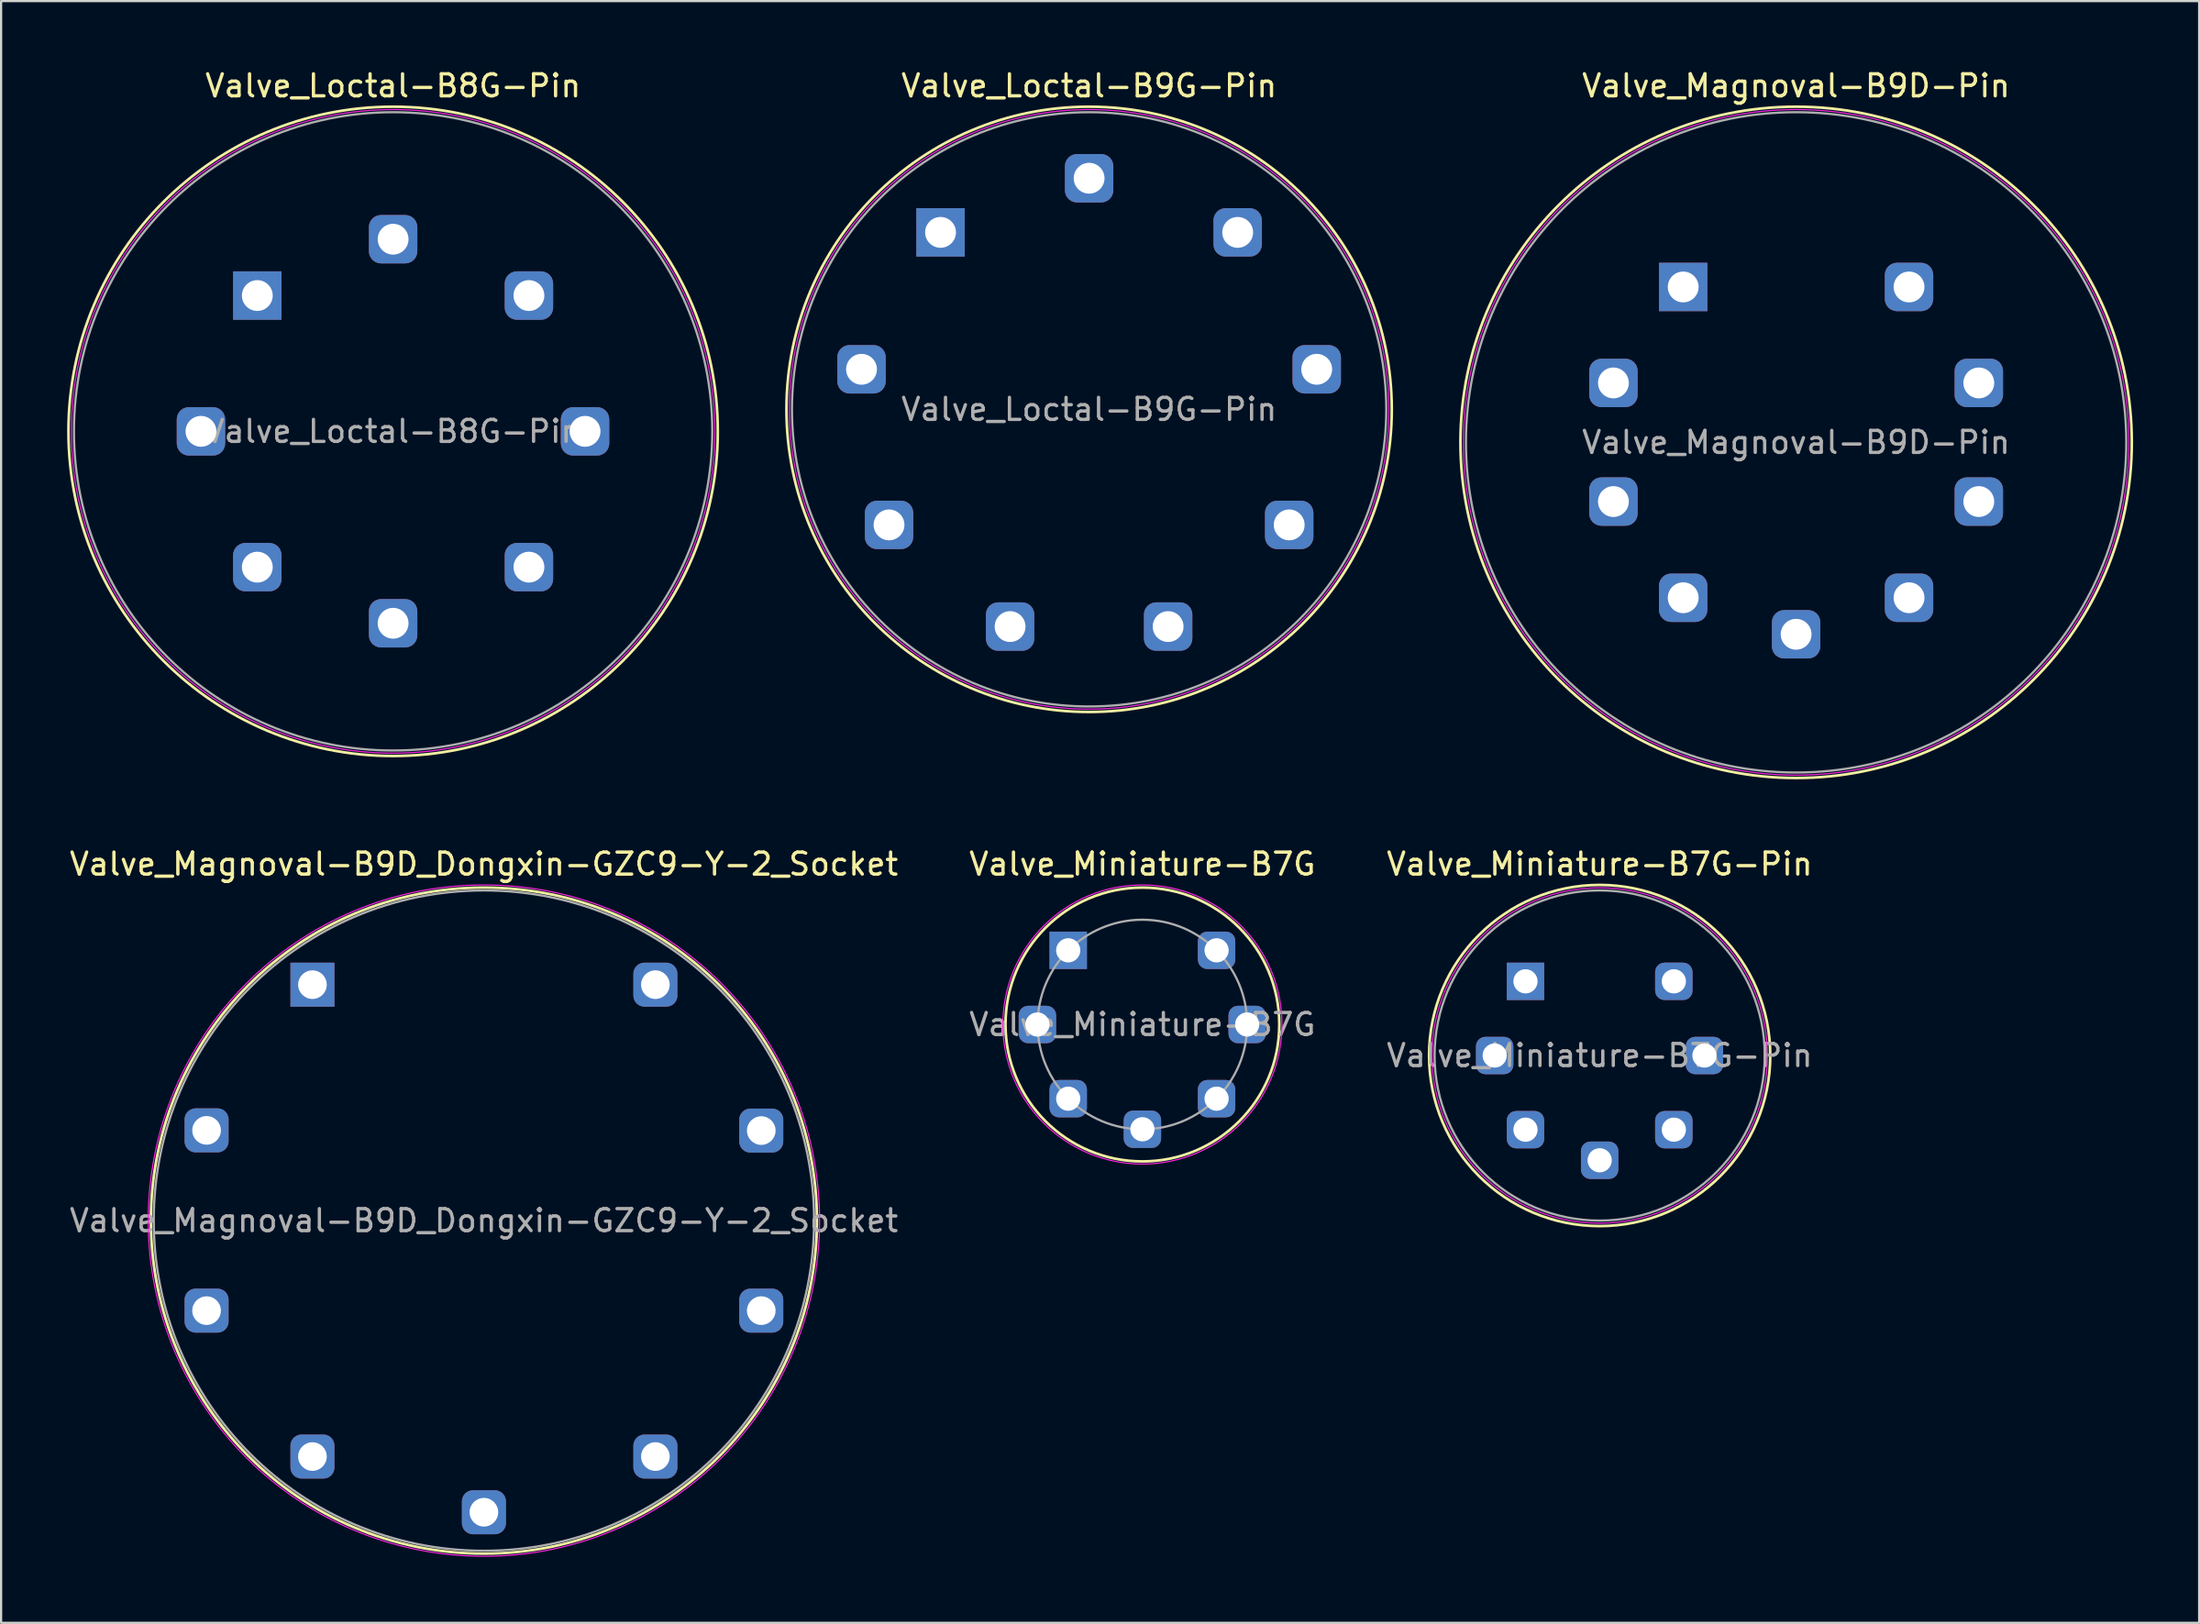
<source format=kicad_pcb>
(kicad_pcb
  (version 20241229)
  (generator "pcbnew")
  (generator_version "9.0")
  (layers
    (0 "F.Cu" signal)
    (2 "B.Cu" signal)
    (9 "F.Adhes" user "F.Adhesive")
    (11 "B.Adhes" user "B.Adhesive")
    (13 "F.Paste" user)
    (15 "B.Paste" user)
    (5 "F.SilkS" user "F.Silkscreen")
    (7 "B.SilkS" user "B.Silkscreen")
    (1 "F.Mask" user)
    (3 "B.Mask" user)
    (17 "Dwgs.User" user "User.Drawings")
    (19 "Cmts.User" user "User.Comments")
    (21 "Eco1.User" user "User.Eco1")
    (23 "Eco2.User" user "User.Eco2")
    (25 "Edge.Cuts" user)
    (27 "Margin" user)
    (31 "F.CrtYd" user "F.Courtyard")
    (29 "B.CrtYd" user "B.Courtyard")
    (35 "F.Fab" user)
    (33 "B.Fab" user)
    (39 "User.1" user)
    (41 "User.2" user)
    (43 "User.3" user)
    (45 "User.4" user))
  (footprint "Valve_Loctal-B9G-Pin"
    (layer "F.Cu")
    (at 39.68 7.508)
    (property "Reference" "Valve_Loctal-B9G-Pin" (at 6.75 -6.66 0) (layer "F.SilkS") (effects (font (size 1 1) (thickness 0.15))))
    (attr through_hole)
    (fp_circle (center 6.75 8.04) (end 20.5 8.04) (stroke (width 0.12) (type solid)) (fill no) (layer "F.SilkS"))
    (fp_circle (center 6.75 8.04) (end 20.37 8.04) (stroke (width 0.05) (type solid)) (fill no) (layer "F.CrtYd"))
    (fp_circle (center 6.75 8.04) (end 20.25 8.04) (stroke (width 0.1) (type solid)) (fill no) (layer "F.Fab"))
    (fp_text user "${REFERENCE}" (at 6.75 8.04 0) (layer "F.Fab") (effects (font (size 1 1) (thickness 0.15))))
    (pad "1" thru_hole rect (at 0 0) (size 2.2 2.2) (drill 1.4) (layers "*.Cu" "*.Mask"))
    (pad "2" thru_hole roundrect (at -3.59 6.22) (size 2.2 2.2) (drill 1.4) (layers "*.Cu" "*.Mask") (roundrect_rratio 0.25))
    (pad "3" thru_hole roundrect (at -2.34 13.29) (size 2.2 2.2) (drill 1.4) (layers "*.Cu" "*.Mask") (roundrect_rratio 0.25))
    (pad "4" thru_hole roundrect (at 3.16 17.91) (size 2.2 2.2) (drill 1.4) (layers "*.Cu" "*.Mask") (roundrect_rratio 0.25))
    (pad "5" thru_hole roundrect (at 10.34 17.91) (size 2.2 2.2) (drill 1.4) (layers "*.Cu" "*.Mask") (roundrect_rratio 0.25))
    (pad "6" thru_hole roundrect (at 15.84 13.29) (size 2.2 2.2) (drill 1.4) (layers "*.Cu" "*.Mask") (roundrect_rratio 0.25))
    (pad "7" thru_hole roundrect (at 17.09 6.22) (size 2.2 2.2) (drill 1.4) (layers "*.Cu" "*.Mask") (roundrect_rratio 0.25))
    (pad "8" thru_hole roundrect (at 13.5 0) (size 2.2 2.2) (drill 1.4) (layers "*.Cu" "*.Mask") (roundrect_rratio 0.25))
    (pad "9" thru_hole roundrect (at 6.75 -2.46) (size 2.2 2.2) (drill 1.4) (layers "*.Cu" "*.Mask") (roundrect_rratio 0.25)))
  (footprint "Valve_Loctal-B8G-Pin"
    (layer "F.Cu")
    (at 8.64 10.378)
    (property "Reference" "Valve_Loctal-B8G-Pin" (at 6.17 -9.53 0) (layer "F.SilkS") (effects (font (size 1 1) (thickness 0.15))))
    (attr through_hole)
    (fp_circle (center 6.17 6.17) (end 20.92 6.17) (stroke (width 0.12) (type solid)) (fill no) (layer "F.SilkS"))
    (fp_circle (center 6.17 6.17) (end 20.79 6.17) (stroke (width 0.05) (type solid)) (fill no) (layer "F.CrtYd"))
    (fp_circle (center 6.17 6.17) (end 20.67 6.17) (stroke (width 0.1) (type solid)) (fill no) (layer "F.Fab"))
    (fp_text user "${REFERENCE}" (at 6.17 6.17 0) (layer "F.Fab") (effects (font (size 1 1) (thickness 0.15))))
    (pad "1" thru_hole rect (at 0 0) (size 2.2 2.2) (drill 1.4) (layers "*.Cu" "*.Mask"))
    (pad "2" thru_hole roundrect (at -2.56 6.17) (size 2.2 2.2) (drill 1.4) (layers "*.Cu" "*.Mask") (roundrect_rratio 0.25))
    (pad "3" thru_hole roundrect (at 0 12.34) (size 2.2 2.2) (drill 1.4) (layers "*.Cu" "*.Mask") (roundrect_rratio 0.25))
    (pad "4" thru_hole roundrect (at 6.17 14.89) (size 2.2 2.2) (drill 1.4) (layers "*.Cu" "*.Mask") (roundrect_rratio 0.25))
    (pad "5" thru_hole roundrect (at 12.34 12.34) (size 2.2 2.2) (drill 1.4) (layers "*.Cu" "*.Mask") (roundrect_rratio 0.25))
    (pad "6" thru_hole roundrect (at 14.89 6.17) (size 2.2 2.2) (drill 1.4) (layers "*.Cu" "*.Mask") (roundrect_rratio 0.25))
    (pad "7" thru_hole roundrect (at 12.34 0) (size 2.2 2.2) (drill 1.4) (layers "*.Cu" "*.Mask") (roundrect_rratio 0.25))
    (pad "8" thru_hole roundrect (at 6.17 -2.56) (size 2.2 2.2) (drill 1.4) (layers "*.Cu" "*.Mask") (roundrect_rratio 0.25)))
  (footprint "Valve_Magnoval-B9D_Dongxin-GZC9-Y-2_Socket"
    (layer "F.Cu")
    (at 11.145 41.687)
    (property "Reference" "Valve_Magnoval-B9D_Dongxin-GZC9-Y-2_Socket" (at 7.79 -5.48 0) (layer "F.SilkS") (effects (font (size 1 1) (thickness 0.15))))
    (attr through_hole)
    (fp_circle (center 7.79 10.72) (end 22.92 10.72) (stroke (width 0.12) (type solid)) (fill no) (layer "F.SilkS"))
    (fp_circle (center 7.79 10.72) (end 23.04 10.72) (stroke (width 0.05) (type solid)) (fill no) (layer "F.CrtYd"))
    (fp_circle (center 7.79 10.72) (end 22.79 10.72) (stroke (width 0.1) (type solid)) (fill no) (layer "F.Fab"))
    (fp_text user "${REFERENCE}" (at 7.79 10.72 0) (layer "F.Fab") (effects (font (size 1 1) (thickness 0.15))))
    (pad "1" thru_hole rect (at 0 0) (size 2 2) (drill 1.3) (layers "*.Cu" "*.Mask"))
    (pad "2" thru_hole roundrect (at -4.81 6.62) (size 2 2) (drill 1.3) (layers "*.Cu" "*.Mask") (roundrect_rratio 0.25))
    (pad "3" thru_hole roundrect (at -4.81 14.81) (size 2 2) (drill 1.3) (layers "*.Cu" "*.Mask") (roundrect_rratio 0.25))
    (pad "4" thru_hole roundrect (at 0 21.44) (size 2 2) (drill 1.3) (layers "*.Cu" "*.Mask") (roundrect_rratio 0.25))
    (pad "5" thru_hole roundrect (at 7.79 23.97) (size 2 2) (drill 1.3) (layers "*.Cu" "*.Mask") (roundrect_rratio 0.25))
    (pad "6" thru_hole roundrect (at 15.58 21.44) (size 2 2) (drill 1.3) (layers "*.Cu" "*.Mask") (roundrect_rratio 0.25))
    (pad "7" thru_hole roundrect (at 20.39 14.81) (size 2 2) (drill 1.3) (layers "*.Cu" "*.Mask") (roundrect_rratio 0.25))
    (pad "8" thru_hole roundrect (at 20.39 6.63) (size 2 2) (drill 1.3) (layers "*.Cu" "*.Mask") (roundrect_rratio 0.25))
    (pad "9" thru_hole roundrect (at 15.58 0) (size 2 2) (drill 1.3) (layers "*.Cu" "*.Mask") (roundrect_rratio 0.25)))
  (footprint "Valve_Miniature-B7G"
    (layer "F.Cu")
    (at 45.481 40.127)
    (property "Reference" "Valve_Miniature-B7G" (at 3.37 -3.92 0) (layer "F.SilkS") (effects (font (size 1 1) (thickness 0.15))))
    (attr through_hole)
    (fp_circle (center 3.37 3.37) (end 9.59 3.37) (stroke (width 0.12) (type solid)) (fill no) (layer "F.SilkS"))
    (fp_circle (center 3.37 3.37) (end 9.71 3.37) (stroke (width 0.05) (type solid)) (fill no) (layer "F.CrtYd"))
    (fp_circle (center 3.37 3.37) (end 8.13 3.37) (stroke (width 0.1) (type solid)) (fill no) (layer "F.Fab"))
    (fp_text user "${REFERENCE}" (at 3.37 3.37 0) (layer "F.Fab") (effects (font (size 1 1) (thickness 0.15))))
    (pad "1" thru_hole rect (at 0 0) (size 1.7 1.7) (drill 1.1) (layers "*.Cu" "*.Mask"))
    (pad "2" thru_hole roundrect (at -1.4 3.37) (size 1.7 1.7) (drill 1.1) (layers "*.Cu" "*.Mask") (roundrect_rratio 0.25))
    (pad "3" thru_hole roundrect (at 0 6.74) (size 1.7 1.7) (drill 1.1) (layers "*.Cu" "*.Mask") (roundrect_rratio 0.25))
    (pad "4" thru_hole roundrect (at 3.37 8.13) (size 1.7 1.7) (drill 1.1) (layers "*.Cu" "*.Mask") (roundrect_rratio 0.25))
    (pad "5" thru_hole roundrect (at 6.74 6.74) (size 1.7 1.7) (drill 1.1) (layers "*.Cu" "*.Mask") (roundrect_rratio 0.25))
    (pad "6" thru_hole roundrect (at 8.13 3.37) (size 1.7 1.7) (drill 1.1) (layers "*.Cu" "*.Mask") (roundrect_rratio 0.25))
    (pad "7" thru_hole roundrect (at 6.74 0) (size 1.7 1.7) (drill 1.1) (layers "*.Cu" "*.Mask") (roundrect_rratio 0.25)))
  (footprint "Valve_Magnoval-B9D-Pin"
    (layer "F.Cu")
    (at 73.42 9.988)
    (property "Reference" "Valve_Magnoval-B9D-Pin" (at 5.13 -9.14 0) (layer "F.SilkS") (effects (font (size 1 1) (thickness 0.15))))
    (attr through_hole)
    (fp_circle (center 5.13 7.06) (end 20.38 7.06) (stroke (width 0.12) (type solid)) (fill no) (layer "F.SilkS"))
    (fp_circle (center 5.13 7.06) (end 20.25 7.06) (stroke (width 0.05) (type solid)) (fill no) (layer "F.CrtYd"))
    (fp_circle (center 5.13 7.06) (end 20.13 7.06) (stroke (width 0.1) (type solid)) (fill no) (layer "F.Fab"))
    (fp_text user "${REFERENCE}" (at 5.13 7.06 0) (layer "F.Fab") (effects (font (size 1 1) (thickness 0.15))))
    (pad "1" thru_hole rect (at 0 0) (size 2.2 2.2) (drill 1.4) (layers "*.Cu" "*.Mask"))
    (pad "2" thru_hole roundrect (at -3.17 4.36) (size 2.2 2.2) (drill 1.4) (layers "*.Cu" "*.Mask") (roundrect_rratio 0.25))
    (pad "3" thru_hole roundrect (at -3.17 9.75) (size 2.2 2.2) (drill 1.4) (layers "*.Cu" "*.Mask") (roundrect_rratio 0.25))
    (pad "4" thru_hole roundrect (at 0 14.12) (size 2.2 2.2) (drill 1.4) (layers "*.Cu" "*.Mask") (roundrect_rratio 0.25))
    (pad "5" thru_hole roundrect (at 5.13 15.78) (size 2.2 2.2) (drill 1.4) (layers "*.Cu" "*.Mask") (roundrect_rratio 0.25))
    (pad "6" thru_hole roundrect (at 10.26 14.12) (size 2.2 2.2) (drill 1.4) (layers "*.Cu" "*.Mask") (roundrect_rratio 0.25))
    (pad "7" thru_hole roundrect (at 13.43 9.75) (size 2.2 2.2) (drill 1.4) (layers "*.Cu" "*.Mask") (roundrect_rratio 0.25))
    (pad "8" thru_hole roundrect (at 13.43 4.36) (size 2.2 2.2) (drill 1.4) (layers "*.Cu" "*.Mask") (roundrect_rratio 0.25))
    (pad "9" thru_hole roundrect (at 10.26 0) (size 2.2 2.2) (drill 1.4) (layers "*.Cu" "*.Mask") (roundrect_rratio 0.25)))
  (footprint "Valve_Miniature-B7G-Pin"
    (layer "F.Cu")
    (at 66.255 41.536)
    (property "Reference" "Valve_Miniature-B7G-Pin" (at 3.37 -5.33 0) (layer "F.SilkS") (effects (font (size 1 1) (thickness 0.15))))
    (attr through_hole)
    (fp_circle (center 3.37 3.37) (end 11.12 3.37) (stroke (width 0.12) (type solid)) (fill no) (layer "F.SilkS"))
    (fp_circle (center 3.37 3.37) (end 10.99 3.37) (stroke (width 0.05) (type solid)) (fill no) (layer "F.CrtYd"))
    (fp_circle (center 3.37 3.37) (end 10.87 3.37) (stroke (width 0.1) (type solid)) (fill no) (layer "F.Fab"))
    (fp_text user "${REFERENCE}" (at 3.37 3.37 0) (layer "F.Fab") (effects (font (size 1 1) (thickness 0.15))))
    (pad "1" thru_hole rect (at 0 0) (size 1.7 1.7) (drill 1.1) (layers "*.Cu" "*.Mask"))
    (pad "2" thru_hole roundrect (at -1.4 3.37) (size 1.7 1.7) (drill 1.1) (layers "*.Cu" "*.Mask") (roundrect_rratio 0.25))
    (pad "3" thru_hole roundrect (at 0 6.74) (size 1.7 1.7) (drill 1.1) (layers "*.Cu" "*.Mask") (roundrect_rratio 0.25))
    (pad "4" thru_hole roundrect (at 3.37 8.13) (size 1.7 1.7) (drill 1.1) (layers "*.Cu" "*.Mask") (roundrect_rratio 0.25))
    (pad "5" thru_hole roundrect (at 6.74 6.74) (size 1.7 1.7) (drill 1.1) (layers "*.Cu" "*.Mask") (roundrect_rratio 0.25))
    (pad "6" thru_hole roundrect (at 8.13 3.37) (size 1.7 1.7) (drill 1.1) (layers "*.Cu" "*.Mask") (roundrect_rratio 0.25))
    (pad "7" thru_hole roundrect (at 6.74 0) (size 1.7 1.7) (drill 1.1) (layers "*.Cu" "*.Mask") (roundrect_rratio 0.25)))
  (gr_rect
    (start -3 -3)
    (end 96.86 70.681)
    (stroke (width 0.1) (type default))
    (fill no)
    (layer "Edge.Cuts")))
</source>
